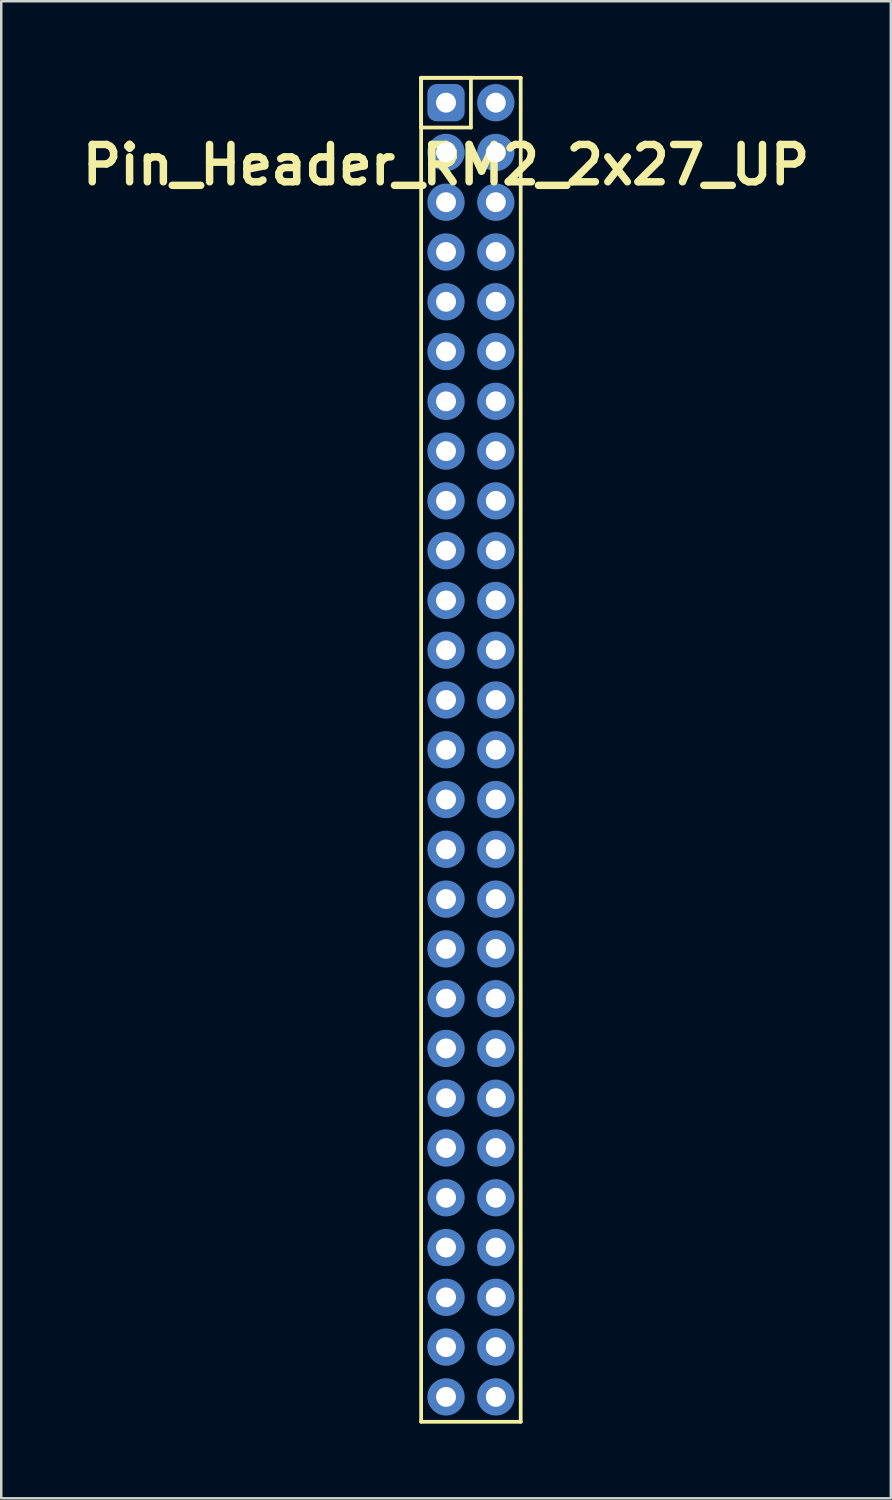
<source format=kicad_pcb>
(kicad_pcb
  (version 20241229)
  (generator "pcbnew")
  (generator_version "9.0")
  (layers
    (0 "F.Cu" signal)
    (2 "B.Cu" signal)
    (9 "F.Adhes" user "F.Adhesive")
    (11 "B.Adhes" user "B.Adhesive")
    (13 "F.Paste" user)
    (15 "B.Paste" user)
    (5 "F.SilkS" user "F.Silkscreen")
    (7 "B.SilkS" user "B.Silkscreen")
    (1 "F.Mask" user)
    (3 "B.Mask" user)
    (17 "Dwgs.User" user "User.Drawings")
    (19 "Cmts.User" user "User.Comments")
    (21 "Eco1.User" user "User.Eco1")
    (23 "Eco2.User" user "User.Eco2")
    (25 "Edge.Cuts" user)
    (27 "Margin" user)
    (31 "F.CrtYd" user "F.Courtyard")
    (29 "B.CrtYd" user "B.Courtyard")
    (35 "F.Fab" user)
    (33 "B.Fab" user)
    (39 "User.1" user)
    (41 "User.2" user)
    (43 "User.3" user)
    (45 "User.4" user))
  (footprint "Pin_Header_RM2_2x27_UP"
    (layer "F.Cu")
    (at 14.871 1.075)
    (property "Reference" "Pin_Header_RM2_2x27_UP" (at 0 2.5 0) (layer "F.SilkS") (effects (font (size 1.5 1.5) (thickness 0.3))))
    (attr through_hole)
    (fp_line (start -1 -1) (end 1 -1) (stroke (width 0.15) (type solid)) (layer "F.SilkS"))
    (fp_line (start -1 -1) (end 3 -1) (stroke (width 0.15) (type solid)) (layer "F.SilkS"))
    (fp_line (start -1 1) (end -1 -1) (stroke (width 0.15) (type solid)) (layer "F.SilkS"))
    (fp_line (start -1 53) (end -1 -1) (stroke (width 0.15) (type solid)) (layer "F.SilkS"))
    (fp_line (start 1 -1) (end 1 1) (stroke (width 0.15) (type solid)) (layer "F.SilkS"))
    (fp_line (start 1 1) (end -1 1) (stroke (width 0.15) (type solid)) (layer "F.SilkS"))
    (fp_line (start 3 -1) (end 3 53) (stroke (width 0.15) (type solid)) (layer "F.SilkS"))
    (fp_line (start 3 53) (end -1 53) (stroke (width 0.15) (type solid)) (layer "F.SilkS"))
    (pad "1" thru_hole circle (at 0 0) (size 1.1 1.1) (drill 0.8) (layers "*.Cu" "*.Mask"))
    (pad "1" smd roundrect (at 0 0) (size 1.25 1.25) (layers "F.Cu" "F.Mask") (roundrect_rratio 0.25))
    (pad "1" smd roundrect (at 0 0) (size 1.5 1.5) (layers "B.Cu" "B.Mask") (roundrect_rratio 0.25))
    (pad "2" thru_hole circle (at 2 0) (size 1.1 1.1) (drill 0.8) (layers "*.Cu" "*.Mask"))
    (pad "2" smd circle (at 2 0) (size 1.25 1.25) (layers "F.Cu" "F.Mask"))
    (pad "2" smd circle (at 2 0) (size 1.5 1.5) (layers "B.Cu" "B.Mask"))
    (pad "3" thru_hole circle (at 0 2) (size 1.1 1.1) (drill 0.8) (layers "*.Cu" "*.Mask"))
    (pad "3" smd circle (at 0 2) (size 1.25 1.25) (layers "F.Cu" "F.Mask"))
    (pad "3" smd circle (at 0 2) (size 1.5 1.5) (layers "B.Cu" "B.Mask"))
    (pad "4" thru_hole circle (at 2 2) (size 1.1 1.1) (drill 0.8) (layers "*.Cu" "*.Mask"))
    (pad "4" smd circle (at 2 2) (size 1.25 1.25) (layers "F.Cu" "F.Mask"))
    (pad "4" smd circle (at 2 2) (size 1.5 1.5) (layers "B.Cu" "B.Mask"))
    (pad "5" thru_hole circle (at 0 4) (size 1.1 1.1) (drill 0.8) (layers "*.Cu" "*.Mask"))
    (pad "5" smd circle (at 0 4) (size 1.25 1.25) (layers "F.Cu" "F.Mask"))
    (pad "5" smd circle (at 0 4) (size 1.5 1.5) (layers "B.Cu" "B.Mask"))
    (pad "6" thru_hole circle (at 2 4) (size 1.1 1.1) (drill 0.8) (layers "*.Cu" "*.Mask"))
    (pad "6" smd circle (at 2 4) (size 1.25 1.25) (layers "F.Cu" "F.Mask"))
    (pad "6" smd circle (at 2 4) (size 1.5 1.5) (layers "B.Cu" "B.Mask"))
    (pad "7" thru_hole circle (at 0 6) (size 1.1 1.1) (drill 0.8) (layers "*.Cu" "*.Mask"))
    (pad "7" smd circle (at 0 6) (size 1.25 1.25) (layers "F.Cu" "F.Mask"))
    (pad "7" smd circle (at 0 6) (size 1.5 1.5) (layers "B.Cu" "B.Mask"))
    (pad "8" thru_hole circle (at 2 6) (size 1.1 1.1) (drill 0.8) (layers "*.Cu" "*.Mask"))
    (pad "8" smd circle (at 2 6) (size 1.25 1.25) (layers "F.Cu" "F.Mask"))
    (pad "8" smd circle (at 2 6) (size 1.5 1.5) (layers "B.Cu" "B.Mask"))
    (pad "9" thru_hole circle (at 0 8) (size 1.1 1.1) (drill 0.8) (layers "*.Cu" "*.Mask"))
    (pad "9" smd circle (at 0 8) (size 1.25 1.25) (layers "F.Cu" "F.Mask"))
    (pad "9" smd circle (at 0 8) (size 1.5 1.5) (layers "B.Cu" "B.Mask"))
    (pad "10" thru_hole circle (at 2 8) (size 1.1 1.1) (drill 0.8) (layers "*.Cu" "*.Mask"))
    (pad "10" smd circle (at 2 8) (size 1.25 1.25) (layers "F.Cu" "F.Mask"))
    (pad "10" smd circle (at 2 8) (size 1.5 1.5) (layers "B.Cu" "B.Mask"))
    (pad "11" thru_hole circle (at 0 10) (size 1.1 1.1) (drill 0.8) (layers "*.Cu" "*.Mask"))
    (pad "11" smd circle (at 0 10) (size 1.25 1.25) (layers "F.Cu" "F.Mask"))
    (pad "11" smd circle (at 0 10) (size 1.5 1.5) (layers "B.Cu" "B.Mask"))
    (pad "12" thru_hole circle (at 2 10) (size 1.1 1.1) (drill 0.8) (layers "*.Cu" "*.Mask"))
    (pad "12" smd circle (at 2 10) (size 1.25 1.25) (layers "F.Cu" "F.Mask"))
    (pad "12" smd circle (at 2 10) (size 1.5 1.5) (layers "B.Cu" "B.Mask"))
    (pad "13" thru_hole circle (at 0 12) (size 1.1 1.1) (drill 0.8) (layers "*.Cu" "*.Mask"))
    (pad "13" smd circle (at 0 12) (size 1.25 1.25) (layers "F.Cu" "F.Mask"))
    (pad "13" smd circle (at 0 12) (size 1.5 1.5) (layers "B.Cu" "B.Mask"))
    (pad "14" thru_hole circle (at 2 12) (size 1.1 1.1) (drill 0.8) (layers "*.Cu" "*.Mask"))
    (pad "14" smd circle (at 2 12) (size 1.25 1.25) (layers "F.Cu" "F.Mask"))
    (pad "14" smd circle (at 2 12) (size 1.5 1.5) (layers "B.Cu" "B.Mask"))
    (pad "15" thru_hole circle (at 0 14) (size 1.1 1.1) (drill 0.8) (layers "*.Cu" "*.Mask"))
    (pad "15" smd circle (at 0 14) (size 1.25 1.25) (layers "F.Cu" "F.Mask"))
    (pad "15" smd circle (at 0 14) (size 1.5 1.5) (layers "B.Cu" "B.Mask"))
    (pad "16" thru_hole circle (at 2 14) (size 1.1 1.1) (drill 0.8) (layers "*.Cu" "*.Mask"))
    (pad "16" smd circle (at 2 14) (size 1.25 1.25) (layers "F.Cu" "F.Mask"))
    (pad "16" smd circle (at 2 14) (size 1.5 1.5) (layers "B.Cu" "B.Mask"))
    (pad "17" thru_hole circle (at 0 16) (size 1.1 1.1) (drill 0.8) (layers "*.Cu" "*.Mask"))
    (pad "17" smd circle (at 0 16) (size 1.25 1.25) (layers "F.Cu" "F.Mask"))
    (pad "17" smd circle (at 0 16) (size 1.5 1.5) (layers "B.Cu" "B.Mask"))
    (pad "18" thru_hole circle (at 2 16) (size 1.1 1.1) (drill 0.8) (layers "*.Cu" "*.Mask"))
    (pad "18" smd circle (at 2 16) (size 1.25 1.25) (layers "F.Cu" "F.Mask"))
    (pad "18" smd circle (at 2 16) (size 1.5 1.5) (layers "B.Cu" "B.Mask"))
    (pad "19" thru_hole circle (at 0 18) (size 1.1 1.1) (drill 0.8) (layers "*.Cu" "*.Mask"))
    (pad "19" smd circle (at 0 18) (size 1.25 1.25) (layers "F.Cu" "F.Mask"))
    (pad "19" smd circle (at 0 18) (size 1.5 1.5) (layers "B.Cu" "B.Mask"))
    (pad "20" thru_hole circle (at 2 18) (size 1.1 1.1) (drill 0.8) (layers "*.Cu" "*.Mask"))
    (pad "20" smd circle (at 2 18) (size 1.25 1.25) (layers "F.Cu" "F.Mask"))
    (pad "20" smd circle (at 2 18) (size 1.5 1.5) (layers "B.Cu" "B.Mask"))
    (pad "21" thru_hole circle (at 0 20) (size 1.1 1.1) (drill 0.8) (layers "*.Cu" "*.Mask"))
    (pad "21" smd circle (at 0 20) (size 1.25 1.25) (layers "F.Cu" "F.Mask"))
    (pad "21" smd circle (at 0 20) (size 1.5 1.5) (layers "B.Cu" "B.Mask"))
    (pad "22" thru_hole circle (at 2 20) (size 1.1 1.1) (drill 0.8) (layers "*.Cu" "*.Mask"))
    (pad "22" smd circle (at 2 20) (size 1.25 1.25) (layers "F.Cu" "F.Mask"))
    (pad "22" smd circle (at 2 20) (size 1.5 1.5) (layers "B.Cu" "B.Mask"))
    (pad "23" thru_hole circle (at 0 22) (size 1.1 1.1) (drill 0.8) (layers "*.Cu" "*.Mask"))
    (pad "23" smd circle (at 0 22) (size 1.25 1.25) (layers "F.Cu" "F.Mask"))
    (pad "23" smd circle (at 0 22) (size 1.5 1.5) (layers "B.Cu" "B.Mask"))
    (pad "24" thru_hole circle (at 2 22) (size 1.1 1.1) (drill 0.8) (layers "*.Cu" "*.Mask"))
    (pad "24" smd circle (at 2 22) (size 1.25 1.25) (layers "F.Cu" "F.Mask"))
    (pad "24" smd circle (at 2 22) (size 1.5 1.5) (layers "B.Cu" "B.Mask"))
    (pad "25" thru_hole circle (at 0 24) (size 1.1 1.1) (drill 0.8) (layers "*.Cu" "*.Mask"))
    (pad "25" smd circle (at 0 24) (size 1.25 1.25) (layers "F.Cu" "F.Mask"))
    (pad "25" smd circle (at 0 24) (size 1.5 1.5) (layers "B.Cu" "B.Mask"))
    (pad "26" thru_hole circle (at 2 24) (size 1.1 1.1) (drill 0.8) (layers "*.Cu" "*.Mask"))
    (pad "26" smd circle (at 2 24) (size 1.25 1.25) (layers "F.Cu" "F.Mask"))
    (pad "26" smd circle (at 2 24) (size 1.5 1.5) (layers "B.Cu" "B.Mask"))
    (pad "27" thru_hole circle (at 0 26) (size 1.1 1.1) (drill 0.8) (layers "*.Cu" "*.Mask"))
    (pad "27" smd circle (at 0 26) (size 1.25 1.25) (layers "F.Cu" "F.Mask"))
    (pad "27" smd circle (at 0 26) (size 1.5 1.5) (layers "B.Cu" "B.Mask"))
    (pad "28" thru_hole circle (at 2 26) (size 1.1 1.1) (drill 0.8) (layers "*.Cu" "*.Mask"))
    (pad "28" smd circle (at 2 26) (size 1.25 1.25) (layers "F.Cu" "F.Mask"))
    (pad "28" smd circle (at 2 26) (size 1.5 1.5) (layers "B.Cu" "B.Mask"))
    (pad "29" thru_hole circle (at 0 28) (size 1.1 1.1) (drill 0.8) (layers "*.Cu" "*.Mask"))
    (pad "29" smd circle (at 0 28) (size 1.25 1.25) (layers "F.Cu" "F.Mask"))
    (pad "29" smd circle (at 0 28) (size 1.5 1.5) (layers "B.Cu" "B.Mask"))
    (pad "30" thru_hole circle (at 2 28) (size 1.1 1.1) (drill 0.8) (layers "*.Cu" "*.Mask"))
    (pad "30" smd circle (at 2 28) (size 1.25 1.25) (layers "F.Cu" "F.Mask"))
    (pad "30" smd circle (at 2 28) (size 1.5 1.5) (layers "B.Cu" "B.Mask"))
    (pad "31" thru_hole circle (at 0 30) (size 1.1 1.1) (drill 0.8) (layers "*.Cu" "*.Mask"))
    (pad "31" smd circle (at 0 30) (size 1.25 1.25) (layers "F.Cu" "F.Mask"))
    (pad "31" smd circle (at 0 30) (size 1.5 1.5) (layers "B.Cu" "B.Mask"))
    (pad "32" thru_hole circle (at 2 30) (size 1.1 1.1) (drill 0.8) (layers "*.Cu" "*.Mask"))
    (pad "32" smd circle (at 2 30) (size 1.25 1.25) (layers "F.Cu" "F.Mask"))
    (pad "32" smd circle (at 2 30) (size 1.5 1.5) (layers "B.Cu" "B.Mask"))
    (pad "33" thru_hole circle (at 0 32) (size 1.1 1.1) (drill 0.8) (layers "*.Cu" "*.Mask"))
    (pad "33" smd circle (at 0 32) (size 1.25 1.25) (layers "F.Cu" "F.Mask"))
    (pad "33" smd circle (at 0 32) (size 1.5 1.5) (layers "B.Cu" "B.Mask"))
    (pad "34" thru_hole circle (at 2 32) (size 1.1 1.1) (drill 0.8) (layers "*.Cu" "*.Mask"))
    (pad "34" smd circle (at 2 32) (size 1.25 1.25) (layers "F.Cu" "F.Mask"))
    (pad "34" smd circle (at 2 32) (size 1.5 1.5) (layers "B.Cu" "B.Mask"))
    (pad "35" thru_hole circle (at 0 34) (size 1.1 1.1) (drill 0.8) (layers "*.Cu" "*.Mask"))
    (pad "35" smd circle (at 0 34) (size 1.25 1.25) (layers "F.Cu" "F.Mask"))
    (pad "35" smd circle (at 0 34) (size 1.5 1.5) (layers "B.Cu" "B.Mask"))
    (pad "36" thru_hole circle (at 2 34) (size 1.1 1.1) (drill 0.8) (layers "*.Cu" "*.Mask"))
    (pad "36" smd circle (at 2 34) (size 1.25 1.25) (layers "F.Cu" "F.Mask"))
    (pad "36" smd circle (at 2 34) (size 1.5 1.5) (layers "B.Cu" "B.Mask"))
    (pad "37" thru_hole circle (at 0 36) (size 1.1 1.1) (drill 0.8) (layers "*.Cu" "*.Mask"))
    (pad "37" smd circle (at 0 36) (size 1.25 1.25) (layers "F.Cu" "F.Mask"))
    (pad "37" smd circle (at 0 36) (size 1.5 1.5) (layers "B.Cu" "B.Mask"))
    (pad "38" thru_hole circle (at 2 36) (size 1.1 1.1) (drill 0.8) (layers "*.Cu" "*.Mask"))
    (pad "38" smd circle (at 2 36) (size 1.25 1.25) (layers "F.Cu" "F.Mask"))
    (pad "38" smd circle (at 2 36) (size 1.5 1.5) (layers "B.Cu" "B.Mask"))
    (pad "39" thru_hole circle (at 0 38) (size 1.1 1.1) (drill 0.8) (layers "*.Cu" "*.Mask"))
    (pad "39" smd circle (at 0 38) (size 1.25 1.25) (layers "F.Cu" "F.Mask"))
    (pad "39" smd circle (at 0 38) (size 1.5 1.5) (layers "B.Cu" "B.Mask"))
    (pad "40" thru_hole circle (at 2 38) (size 1.1 1.1) (drill 0.8) (layers "*.Cu" "*.Mask"))
    (pad "40" smd circle (at 2 38) (size 1.25 1.25) (layers "F.Cu" "F.Mask"))
    (pad "40" smd circle (at 2 38) (size 1.5 1.5) (layers "B.Cu" "B.Mask"))
    (pad "41" thru_hole circle (at 0 40) (size 1.1 1.1) (drill 0.8) (layers "*.Cu" "*.Mask"))
    (pad "41" smd circle (at 0 40) (size 1.25 1.25) (layers "F.Cu" "F.Mask"))
    (pad "41" smd circle (at 0 40) (size 1.5 1.5) (layers "B.Cu" "B.Mask"))
    (pad "42" thru_hole circle (at 2 40) (size 1.1 1.1) (drill 0.8) (layers "*.Cu" "*.Mask"))
    (pad "42" smd circle (at 2 40) (size 1.25 1.25) (layers "F.Cu" "F.Mask"))
    (pad "42" smd circle (at 2 40) (size 1.5 1.5) (layers "B.Cu" "B.Mask"))
    (pad "43" thru_hole circle (at 0 42) (size 1.1 1.1) (drill 0.8) (layers "*.Cu" "*.Mask"))
    (pad "43" smd circle (at 0 42) (size 1.25 1.25) (layers "F.Cu" "F.Mask"))
    (pad "43" smd circle (at 0 42) (size 1.5 1.5) (layers "B.Cu" "B.Mask"))
    (pad "44" thru_hole circle (at 2 42) (size 1.1 1.1) (drill 0.8) (layers "*.Cu" "*.Mask"))
    (pad "44" smd circle (at 2 42) (size 1.25 1.25) (layers "F.Cu" "F.Mask"))
    (pad "44" smd circle (at 2 42) (size 1.5 1.5) (layers "B.Cu" "B.Mask"))
    (pad "45" thru_hole circle (at 0 44) (size 1.1 1.1) (drill 0.8) (layers "*.Cu" "*.Mask"))
    (pad "45" smd circle (at 0 44) (size 1.25 1.25) (layers "F.Cu" "F.Mask"))
    (pad "45" smd circle (at 0 44) (size 1.5 1.5) (layers "B.Cu" "B.Mask"))
    (pad "46" thru_hole circle (at 2 44) (size 1.1 1.1) (drill 0.8) (layers "*.Cu" "*.Mask"))
    (pad "46" smd circle (at 2 44) (size 1.25 1.25) (layers "F.Cu" "F.Mask"))
    (pad "46" smd circle (at 2 44) (size 1.5 1.5) (layers "B.Cu" "B.Mask"))
    (pad "47" thru_hole circle (at 0 46) (size 1.1 1.1) (drill 0.8) (layers "*.Cu" "*.Mask"))
    (pad "47" smd circle (at 0 46) (size 1.25 1.25) (layers "F.Cu" "F.Mask"))
    (pad "47" smd circle (at 0 46) (size 1.5 1.5) (layers "B.Cu" "B.Mask"))
    (pad "48" thru_hole circle (at 2 46) (size 1.1 1.1) (drill 0.8) (layers "*.Cu" "*.Mask"))
    (pad "48" smd circle (at 2 46) (size 1.25 1.25) (layers "F.Cu" "F.Mask"))
    (pad "48" smd circle (at 2 46) (size 1.5 1.5) (layers "B.Cu" "B.Mask"))
    (pad "49" thru_hole circle (at 0 48) (size 1.1 1.1) (drill 0.8) (layers "*.Cu" "*.Mask"))
    (pad "49" smd circle (at 0 48) (size 1.25 1.25) (layers "F.Cu" "F.Mask"))
    (pad "49" smd circle (at 0 48) (size 1.5 1.5) (layers "B.Cu" "B.Mask"))
    (pad "50" thru_hole circle (at 2 48) (size 1.1 1.1) (drill 0.8) (layers "*.Cu" "*.Mask"))
    (pad "50" smd circle (at 2 48) (size 1.25 1.25) (layers "F.Cu" "F.Mask"))
    (pad "50" smd circle (at 2 48) (size 1.5 1.5) (layers "B.Cu" "B.Mask"))
    (pad "51" thru_hole circle (at 0 50) (size 1.1 1.1) (drill 0.8) (layers "*.Cu" "*.Mask"))
    (pad "51" smd circle (at 0 50) (size 1.25 1.25) (layers "F.Cu" "F.Mask"))
    (pad "51" smd circle (at 0 50) (size 1.5 1.5) (layers "B.Cu" "B.Mask"))
    (pad "52" thru_hole circle (at 2 50) (size 1.1 1.1) (drill 0.8) (layers "*.Cu" "*.Mask"))
    (pad "52" smd circle (at 2 50) (size 1.25 1.25) (layers "F.Cu" "F.Mask"))
    (pad "52" smd circle (at 2 50) (size 1.5 1.5) (layers "B.Cu" "B.Mask"))
    (pad "53" thru_hole circle (at 0 52) (size 1.1 1.1) (drill 0.8) (layers "*.Cu" "*.Mask"))
    (pad "53" smd circle (at 0 52) (size 1.25 1.25) (layers "F.Cu" "F.Mask"))
    (pad "53" smd circle (at 0 52) (size 1.5 1.5) (layers "B.Cu" "B.Mask"))
    (pad "54" thru_hole circle (at 2 52) (size 1.1 1.1) (drill 0.8) (layers "*.Cu" "*.Mask"))
    (pad "54" smd circle (at 2 52) (size 1.25 1.25) (layers "F.Cu" "F.Mask"))
    (pad "54" smd circle (at 2 52) (size 1.5 1.5) (layers "B.Cu" "B.Mask")))
  (gr_rect
    (start -3 -3)
    (end 32.743 57.15)
    (stroke (width 0.1) (type default))
    (fill no)
    (layer "Edge.Cuts")))
</source>
